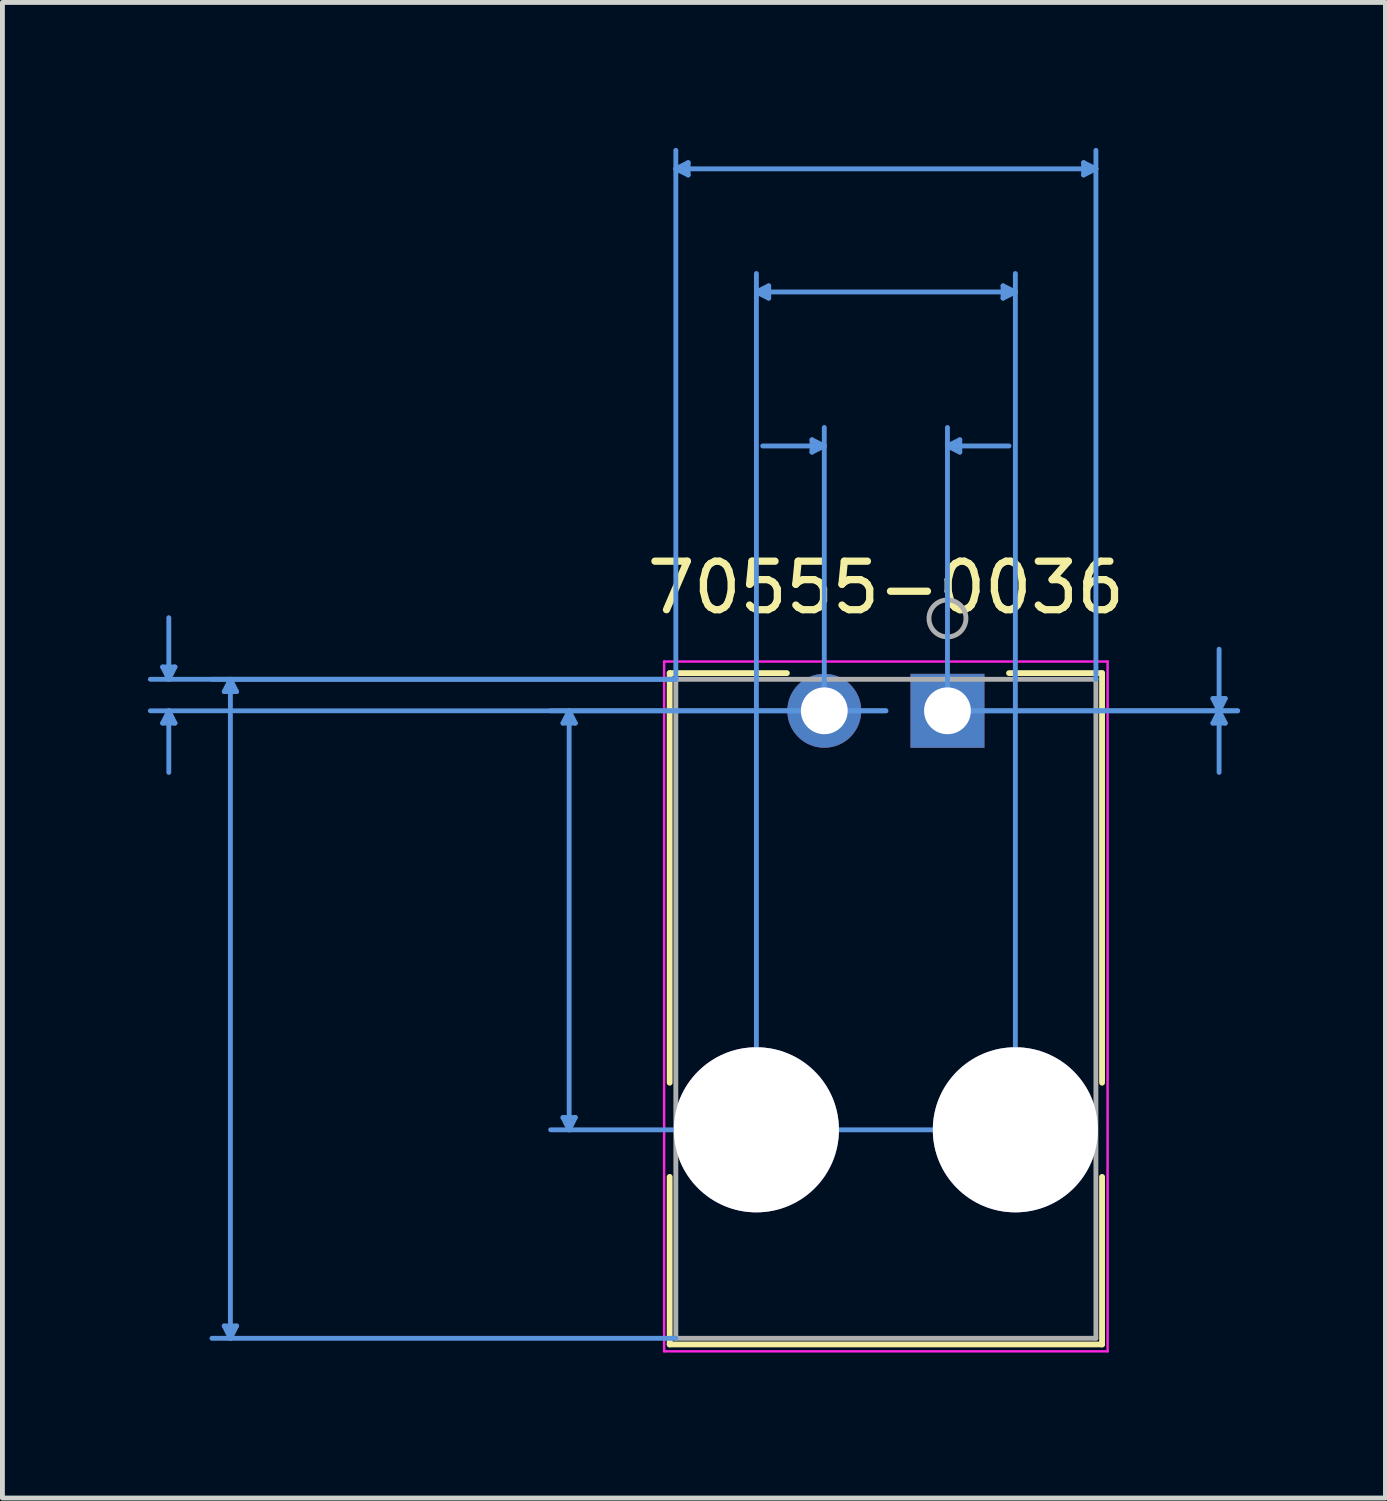
<source format=kicad_pcb>
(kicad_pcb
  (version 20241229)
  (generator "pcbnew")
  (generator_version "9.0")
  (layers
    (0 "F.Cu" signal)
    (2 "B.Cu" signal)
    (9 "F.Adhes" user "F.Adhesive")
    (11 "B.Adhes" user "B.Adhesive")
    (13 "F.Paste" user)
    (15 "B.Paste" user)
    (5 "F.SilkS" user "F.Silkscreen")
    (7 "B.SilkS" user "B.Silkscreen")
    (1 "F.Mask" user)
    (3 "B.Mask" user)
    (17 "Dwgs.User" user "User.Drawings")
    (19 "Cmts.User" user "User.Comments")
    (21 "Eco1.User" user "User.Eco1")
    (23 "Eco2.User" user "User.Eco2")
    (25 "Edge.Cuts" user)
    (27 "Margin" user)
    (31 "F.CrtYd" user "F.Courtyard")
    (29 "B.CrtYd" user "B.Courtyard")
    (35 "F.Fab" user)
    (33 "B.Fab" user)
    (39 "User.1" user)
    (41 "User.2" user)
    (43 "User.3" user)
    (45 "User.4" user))
  (footprint "70555-0036"
    (layer "F.Cu")
    (at 16.487 11.607)
    (property "Reference" "70555-0036" (at -1.27 -2.54 0) (layer "F.SilkS") (effects (font (size 1 1) (thickness 0.15))))
    (attr through_hole)
    (fp_line (start -5.728 -0.777) (end -5.728 7.669) (stroke (width 0.12) (type solid)) (layer "F.SilkS"))
    (fp_line (start -5.728 9.611) (end -5.728 13.066) (stroke (width 0.12) (type solid)) (layer "F.SilkS"))
    (fp_line (start -5.728 13.066) (end 3.188 13.066) (stroke (width 0.12) (type solid)) (layer "F.SilkS"))
    (fp_line (start -3.311 -0.777) (end -5.728 -0.777) (stroke (width 0.12) (type solid)) (layer "F.SilkS"))
    (fp_line (start 3.188 -0.777) (end 1.27 -0.777) (stroke (width 0.12) (type solid)) (layer "F.SilkS"))
    (fp_line (start 3.188 7.669) (end 3.188 -0.777) (stroke (width 0.12) (type solid)) (layer "F.SilkS"))
    (fp_line (start 3.188 13.066) (end 3.188 9.611) (stroke (width 0.12) (type solid)) (layer "F.SilkS"))
    (fp_line (start -16.183 -0.904) (end -15.929 -0.904) (stroke (width 0.1) (type solid)) (layer "Cmts.User"))
    (fp_line (start -16.183 0.254) (end -15.929 0.254) (stroke (width 0.1) (type solid)) (layer "Cmts.User"))
    (fp_line (start -16.056 -0.65) (end -16.183 -0.904) (stroke (width 0.1) (type solid)) (layer "Cmts.User"))
    (fp_line (start -16.056 -0.65) (end -16.056 -1.92) (stroke (width 0.1) (type solid)) (layer "Cmts.User"))
    (fp_line (start -16.056 -0.65) (end -15.929 -0.904) (stroke (width 0.1) (type solid)) (layer "Cmts.User"))
    (fp_line (start -16.056 0) (end -16.183 0.254) (stroke (width 0.1) (type solid)) (layer "Cmts.User"))
    (fp_line (start -16.056 0) (end -16.056 1.27) (stroke (width 0.1) (type solid)) (layer "Cmts.User"))
    (fp_line (start -16.056 0) (end -15.929 0.254) (stroke (width 0.1) (type solid)) (layer "Cmts.User"))
    (fp_line (start -14.913 -0.396) (end -14.659 -0.396) (stroke (width 0.1) (type solid)) (layer "Cmts.User"))
    (fp_line (start -14.913 12.685) (end -14.659 12.685) (stroke (width 0.1) (type solid)) (layer "Cmts.User"))
    (fp_line (start -14.786 -0.65) (end -14.913 -0.396) (stroke (width 0.1) (type solid)) (layer "Cmts.User"))
    (fp_line (start -14.786 -0.65) (end -14.786 12.939) (stroke (width 0.1) (type solid)) (layer "Cmts.User"))
    (fp_line (start -14.786 -0.65) (end -14.659 -0.396) (stroke (width 0.1) (type solid)) (layer "Cmts.User"))
    (fp_line (start -14.786 12.939) (end -14.913 12.685) (stroke (width 0.1) (type solid)) (layer "Cmts.User"))
    (fp_line (start -14.786 12.939) (end -14.659 12.685) (stroke (width 0.1) (type solid)) (layer "Cmts.User"))
    (fp_line (start -7.928 0.254) (end -7.674 0.254) (stroke (width 0.1) (type solid)) (layer "Cmts.User"))
    (fp_line (start -7.928 8.386) (end -7.674 8.386) (stroke (width 0.1) (type solid)) (layer "Cmts.User"))
    (fp_line (start -7.801 0) (end -7.928 0.254) (stroke (width 0.1) (type solid)) (layer "Cmts.User"))
    (fp_line (start -7.801 0) (end -7.801 8.64) (stroke (width 0.1) (type solid)) (layer "Cmts.User"))
    (fp_line (start -7.801 0) (end -7.674 0.254) (stroke (width 0.1) (type solid)) (layer "Cmts.User"))
    (fp_line (start -7.801 8.64) (end -7.928 8.386) (stroke (width 0.1) (type solid)) (layer "Cmts.User"))
    (fp_line (start -7.801 8.64) (end -7.674 8.386) (stroke (width 0.1) (type solid)) (layer "Cmts.User"))
    (fp_line (start -5.601 -11.176) (end -5.347 -11.303) (stroke (width 0.1) (type solid)) (layer "Cmts.User"))
    (fp_line (start -5.601 -11.176) (end -5.347 -11.049) (stroke (width 0.1) (type solid)) (layer "Cmts.User"))
    (fp_line (start -5.601 -11.176) (end 3.061 -11.176) (stroke (width 0.1) (type solid)) (layer "Cmts.User"))
    (fp_line (start -5.601 -0.65) (end -16.437 -0.65) (stroke (width 0.1) (type solid)) (layer "Cmts.User"))
    (fp_line (start -5.601 -0.65) (end -15.167 -0.65) (stroke (width 0.1) (type solid)) (layer "Cmts.User"))
    (fp_line (start -5.601 -0.65) (end -5.601 -11.557) (stroke (width 0.1) (type solid)) (layer "Cmts.User"))
    (fp_line (start -5.601 12.939) (end -15.167 12.939) (stroke (width 0.1) (type solid)) (layer "Cmts.User"))
    (fp_line (start -5.347 -11.303) (end -5.347 -11.049) (stroke (width 0.1) (type solid)) (layer "Cmts.User"))
    (fp_line (start -3.94 -8.636) (end -3.686 -8.763) (stroke (width 0.1) (type solid)) (layer "Cmts.User"))
    (fp_line (start -3.94 -8.636) (end -3.686 -8.509) (stroke (width 0.1) (type solid)) (layer "Cmts.User"))
    (fp_line (start -3.94 -8.636) (end 1.4 -8.636) (stroke (width 0.1) (type solid)) (layer "Cmts.User"))
    (fp_line (start -3.94 8.64) (end -3.94 -9.017) (stroke (width 0.1) (type solid)) (layer "Cmts.User"))
    (fp_line (start -3.686 -8.763) (end -3.686 -8.509) (stroke (width 0.1) (type solid)) (layer "Cmts.User"))
    (fp_line (start -2.794 -5.588) (end -2.794 -5.334) (stroke (width 0.1) (type solid)) (layer "Cmts.User"))
    (fp_line (start -2.54 -5.461) (end -3.81 -5.461) (stroke (width 0.1) (type solid)) (layer "Cmts.User"))
    (fp_line (start -2.54 -5.461) (end -2.794 -5.588) (stroke (width 0.1) (type solid)) (layer "Cmts.User"))
    (fp_line (start -2.54 -5.461) (end -2.794 -5.334) (stroke (width 0.1) (type solid)) (layer "Cmts.User"))
    (fp_line (start -2.54 0) (end -2.54 -5.842) (stroke (width 0.1) (type solid)) (layer "Cmts.User"))
    (fp_line (start -1.27 0) (end -16.437 0) (stroke (width 0.1) (type solid)) (layer "Cmts.User"))
    (fp_line (start -1.27 0) (end -8.182 0) (stroke (width 0.1) (type solid)) (layer "Cmts.User"))
    (fp_line (start 0 -5.461) (end 0.254 -5.588) (stroke (width 0.1) (type solid)) (layer "Cmts.User"))
    (fp_line (start 0 -5.461) (end 0.254 -5.334) (stroke (width 0.1) (type solid)) (layer "Cmts.User"))
    (fp_line (start 0 -5.461) (end 1.27 -5.461) (stroke (width 0.1) (type solid)) (layer "Cmts.User"))
    (fp_line (start 0 0) (end 0 -5.842) (stroke (width 0.1) (type solid)) (layer "Cmts.User"))
    (fp_line (start 0 0) (end 5.982 0) (stroke (width 0.1) (type solid)) (layer "Cmts.User"))
    (fp_line (start 0 0) (end 5.982 0) (stroke (width 0.1) (type solid)) (layer "Cmts.User"))
    (fp_line (start 0.254 -5.588) (end 0.254 -5.334) (stroke (width 0.1) (type solid)) (layer "Cmts.User"))
    (fp_line (start 1.146 -8.763) (end 1.146 -8.509) (stroke (width 0.1) (type solid)) (layer "Cmts.User"))
    (fp_line (start 1.4 -8.636) (end 1.146 -8.763) (stroke (width 0.1) (type solid)) (layer "Cmts.User"))
    (fp_line (start 1.4 -8.636) (end 1.146 -8.509) (stroke (width 0.1) (type solid)) (layer "Cmts.User"))
    (fp_line (start 1.4 8.64) (end -8.182 8.64) (stroke (width 0.1) (type solid)) (layer "Cmts.User"))
    (fp_line (start 1.4 8.64) (end 1.4 -9.017) (stroke (width 0.1) (type solid)) (layer "Cmts.User"))
    (fp_line (start 2.807 -11.303) (end 2.807 -11.049) (stroke (width 0.1) (type solid)) (layer "Cmts.User"))
    (fp_line (start 3.061 -11.176) (end 2.807 -11.303) (stroke (width 0.1) (type solid)) (layer "Cmts.User"))
    (fp_line (start 3.061 -11.176) (end 2.807 -11.049) (stroke (width 0.1) (type solid)) (layer "Cmts.User"))
    (fp_line (start 3.061 -0.65) (end 3.061 -11.557) (stroke (width 0.1) (type solid)) (layer "Cmts.User"))
    (fp_line (start 5.474 -0.254) (end 5.728 -0.254) (stroke (width 0.1) (type solid)) (layer "Cmts.User"))
    (fp_line (start 5.474 0.254) (end 5.728 0.254) (stroke (width 0.1) (type solid)) (layer "Cmts.User"))
    (fp_line (start 5.601 0) (end 5.474 -0.254) (stroke (width 0.1) (type solid)) (layer "Cmts.User"))
    (fp_line (start 5.601 0) (end 5.474 0.254) (stroke (width 0.1) (type solid)) (layer "Cmts.User"))
    (fp_line (start 5.601 0) (end 5.601 -1.27) (stroke (width 0.1) (type solid)) (layer "Cmts.User"))
    (fp_line (start 5.601 0) (end 5.601 1.27) (stroke (width 0.1) (type solid)) (layer "Cmts.User"))
    (fp_line (start 5.601 0) (end 5.728 -0.254) (stroke (width 0.1) (type solid)) (layer "Cmts.User"))
    (fp_line (start 5.601 0) (end 5.728 0.254) (stroke (width 0.1) (type solid)) (layer "Cmts.User"))
    (fp_line (start -5.842 -1.016) (end -5.842 13.208) (stroke (width 0.05) (type solid)) (layer "F.CrtYd"))
    (fp_line (start -5.842 13.208) (end 3.302 13.208) (stroke (width 0.05) (type solid)) (layer "F.CrtYd"))
    (fp_line (start 3.302 -1.016) (end -5.842 -1.016) (stroke (width 0.05) (type solid)) (layer "F.CrtYd"))
    (fp_line (start 3.302 13.208) (end 3.302 -1.016) (stroke (width 0.05) (type solid)) (layer "F.CrtYd"))
    (fp_line (start -5.601 -0.65) (end -5.601 12.939) (stroke (width 0.1) (type solid)) (layer "F.Fab"))
    (fp_line (start -5.601 12.939) (end 3.061 12.939) (stroke (width 0.1) (type solid)) (layer "F.Fab"))
    (fp_line (start 3.061 -0.65) (end -5.601 -0.65) (stroke (width 0.1) (type solid)) (layer "F.Fab"))
    (fp_line (start 3.061 12.939) (end 3.061 -0.65) (stroke (width 0.1) (type solid)) (layer "F.Fab"))
    (fp_circle (center 0 -1.905) (end 0.381 -1.905) (stroke (width 0.1) (type solid)) (fill no) (layer "F.Fab"))
    (pad "1" thru_hole rect (at 0 0) (size 1.524 1.524) (drill 0.965) (layers "*.Cu" "*.Mask"))
    (pad "2" thru_hole circle (at -2.54 0) (size 1.524 1.524) (drill 0.965) (layers "*.Cu" "*.Mask"))
    (pad "3" thru_hole circle (at -3.94 8.64) (size 3.404 3.404) (drill 3.404) (layers "*.Cu" "*.Mask"))
    (pad "4" thru_hole circle (at 1.4 8.64) (size 3.404 3.404) (drill 3.404) (layers "*.Cu" "*.Mask")))
  (gr_rect
    (start -3 -3)
    (end 25.518 27.84)
    (stroke (width 0.1) (type default))
    (fill no)
    (layer "Edge.Cuts")))
</source>
